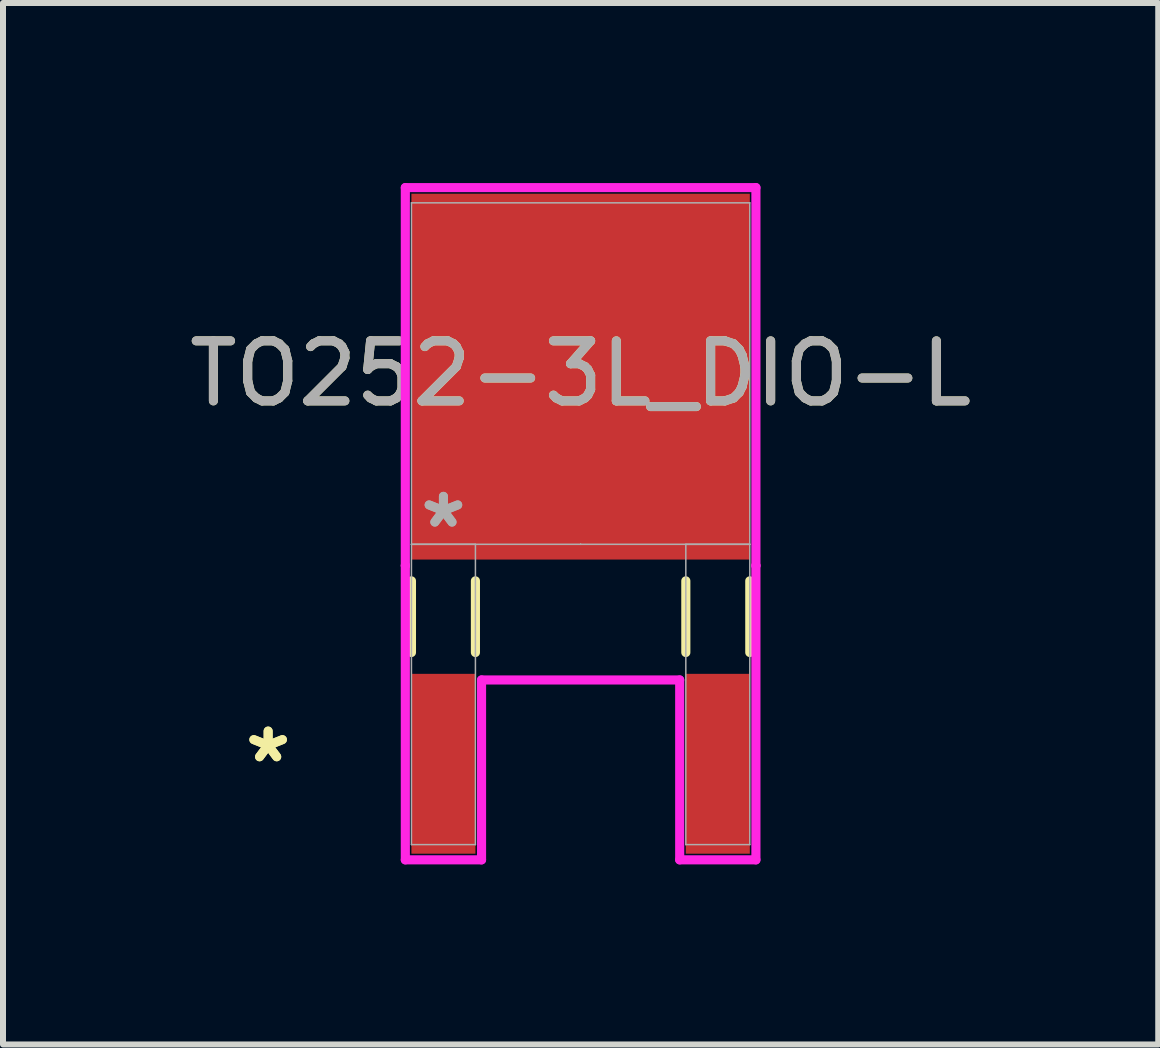
<source format=kicad_pcb>
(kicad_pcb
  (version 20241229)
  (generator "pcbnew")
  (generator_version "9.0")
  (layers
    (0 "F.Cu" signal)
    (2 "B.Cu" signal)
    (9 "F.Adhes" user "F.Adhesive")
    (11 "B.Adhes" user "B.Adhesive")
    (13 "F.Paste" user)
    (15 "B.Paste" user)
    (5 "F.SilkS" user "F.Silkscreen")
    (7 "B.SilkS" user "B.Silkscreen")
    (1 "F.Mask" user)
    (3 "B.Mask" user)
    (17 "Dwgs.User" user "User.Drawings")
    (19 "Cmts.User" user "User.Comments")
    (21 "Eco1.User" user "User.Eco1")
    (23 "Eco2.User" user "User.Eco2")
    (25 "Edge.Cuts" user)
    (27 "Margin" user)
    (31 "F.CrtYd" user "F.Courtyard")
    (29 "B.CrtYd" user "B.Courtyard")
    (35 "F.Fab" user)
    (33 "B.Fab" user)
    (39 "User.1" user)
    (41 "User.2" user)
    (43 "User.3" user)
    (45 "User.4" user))
  (footprint "TO252-3L_DIO-L"
    (layer "F.Cu")
    (at 6.625 3.175)
    (property "Reference" "TO252-3L_DIO-L" (at 0 0 0) (unlocked yes) (layer "F.SilkS") (effects (font (size 1 1) (thickness 0.15))))
    (attr smd)
    (fp_line (start -2.819 3.454) (end -2.819 4.648) (stroke (width 0.152) (type solid)) (layer "F.SilkS"))
    (fp_line (start -1.753 3.454) (end -1.753 4.648) (stroke (width 0.152) (type solid)) (layer "F.SilkS"))
    (fp_line (start 1.753 3.454) (end 1.753 4.648) (stroke (width 0.152) (type solid)) (layer "F.SilkS"))
    (fp_line (start 2.819 3.454) (end 2.819 4.648) (stroke (width 0.152) (type solid)) (layer "F.SilkS"))
    (fp_line (start -2.921 -3.099) (end 2.921 -3.099) (stroke (width 0.152) (type solid)) (layer "F.CrtYd"))
    (fp_line (start -2.921 3.2) (end -2.921 -3.099) (stroke (width 0.152) (type solid)) (layer "F.CrtYd"))
    (fp_line (start -2.921 3.2) (end -2.921 3.2) (stroke (width 0.152) (type solid)) (layer "F.CrtYd"))
    (fp_line (start -2.921 8.103) (end -2.921 3.2) (stroke (width 0.152) (type solid)) (layer "F.CrtYd"))
    (fp_line (start -1.651 5.105) (end -1.651 8.103) (stroke (width 0.152) (type solid)) (layer "F.CrtYd"))
    (fp_line (start -1.651 8.103) (end -2.921 8.103) (stroke (width 0.152) (type solid)) (layer "F.CrtYd"))
    (fp_line (start 1.651 5.105) (end -1.651 5.105) (stroke (width 0.152) (type solid)) (layer "F.CrtYd"))
    (fp_line (start 1.651 8.103) (end 1.651 5.105) (stroke (width 0.152) (type solid)) (layer "F.CrtYd"))
    (fp_line (start 2.921 -3.099) (end 2.921 3.2) (stroke (width 0.152) (type solid)) (layer "F.CrtYd"))
    (fp_line (start 2.921 3.2) (end 2.921 3.2) (stroke (width 0.152) (type solid)) (layer "F.CrtYd"))
    (fp_line (start 2.921 3.2) (end 2.921 8.103) (stroke (width 0.152) (type solid)) (layer "F.CrtYd"))
    (fp_line (start 2.921 8.103) (end 1.651 8.103) (stroke (width 0.152) (type solid)) (layer "F.CrtYd"))
    (fp_line (start -2.819 -2.845) (end -2.819 2.845) (stroke (width 0.025) (type solid)) (layer "F.Fab"))
    (fp_line (start -2.819 2.845) (end -2.819 7.849) (stroke (width 0.025) (type solid)) (layer "F.Fab"))
    (fp_line (start -2.819 2.845) (end 2.819 2.845) (stroke (width 0.025) (type solid)) (layer "F.Fab"))
    (fp_line (start -2.819 7.849) (end -1.753 7.849) (stroke (width 0.025) (type solid)) (layer "F.Fab"))
    (fp_line (start -1.753 2.845) (end -2.819 2.845) (stroke (width 0.025) (type solid)) (layer "F.Fab"))
    (fp_line (start -1.753 7.849) (end -1.753 2.845) (stroke (width 0.025) (type solid)) (layer "F.Fab"))
    (fp_line (start 0 2.845) (end 0 2.845) (stroke (width 0.025) (type solid)) (layer "F.Fab"))
    (fp_line (start 0 2.845) (end 0 2.845) (stroke (width 0.025) (type solid)) (layer "F.Fab"))
    (fp_line (start 0 2.845) (end 0 2.845) (stroke (width 0.025) (type solid)) (layer "F.Fab"))
    (fp_line (start 1.753 2.845) (end 1.753 7.849) (stroke (width 0.025) (type solid)) (layer "F.Fab"))
    (fp_line (start 1.753 7.849) (end 2.819 7.849) (stroke (width 0.025) (type solid)) (layer "F.Fab"))
    (fp_line (start 2.819 -2.845) (end -2.819 -2.845) (stroke (width 0.025) (type solid)) (layer "F.Fab"))
    (fp_line (start 2.819 2.845) (end 1.753 2.845) (stroke (width 0.025) (type solid)) (layer "F.Fab"))
    (fp_line (start 2.819 2.845) (end 2.819 -2.845) (stroke (width 0.025) (type solid)) (layer "F.Fab"))
    (fp_line (start 2.819 7.849) (end 2.819 2.845) (stroke (width 0.025) (type solid)) (layer "F.Fab"))
    (fp_text user "*" (at -5.207 6.502 0) (unlocked yes) (layer "F.SilkS") (effects (font (size 1 1) (thickness 0.15))))
    (fp_text user "*" (at -5.207 6.502 0) (layer "F.SilkS") (effects (font (size 1 1) (thickness 0.15))))
    (fp_text user "*" (at -2.286 2.591 0) (layer "F.Fab") (effects (font (size 1 1) (thickness 0.15))))
    (fp_text user "*" (at -2.286 2.591 0) (unlocked yes) (layer "F.Fab") (effects (font (size 1 1) (thickness 0.15))))
    (fp_text user "${REFERENCE}" (at 0 0 0) (unlocked yes) (layer "F.Fab") (effects (font (size 1 1) (thickness 0.15))))
    (pad "1" smd rect (at -2.286 6.502) (size 1.067 2.997) (layers "F.Cu" "F.Mask" "F.Paste"))
    (pad "2" smd rect (at 0 0.051) (size 5.639 6.096) (layers "F.Cu" "F.Mask" "F.Paste"))
    (pad "3" smd rect (at 2.286 6.502) (size 1.067 2.997) (layers "F.Cu" "F.Mask" "F.Paste")))
  (gr_rect
    (start -3 -3)
    (end 16.25 14.354)
    (stroke (width 0.1) (type default))
    (fill no)
    (layer "Edge.Cuts")))
</source>
